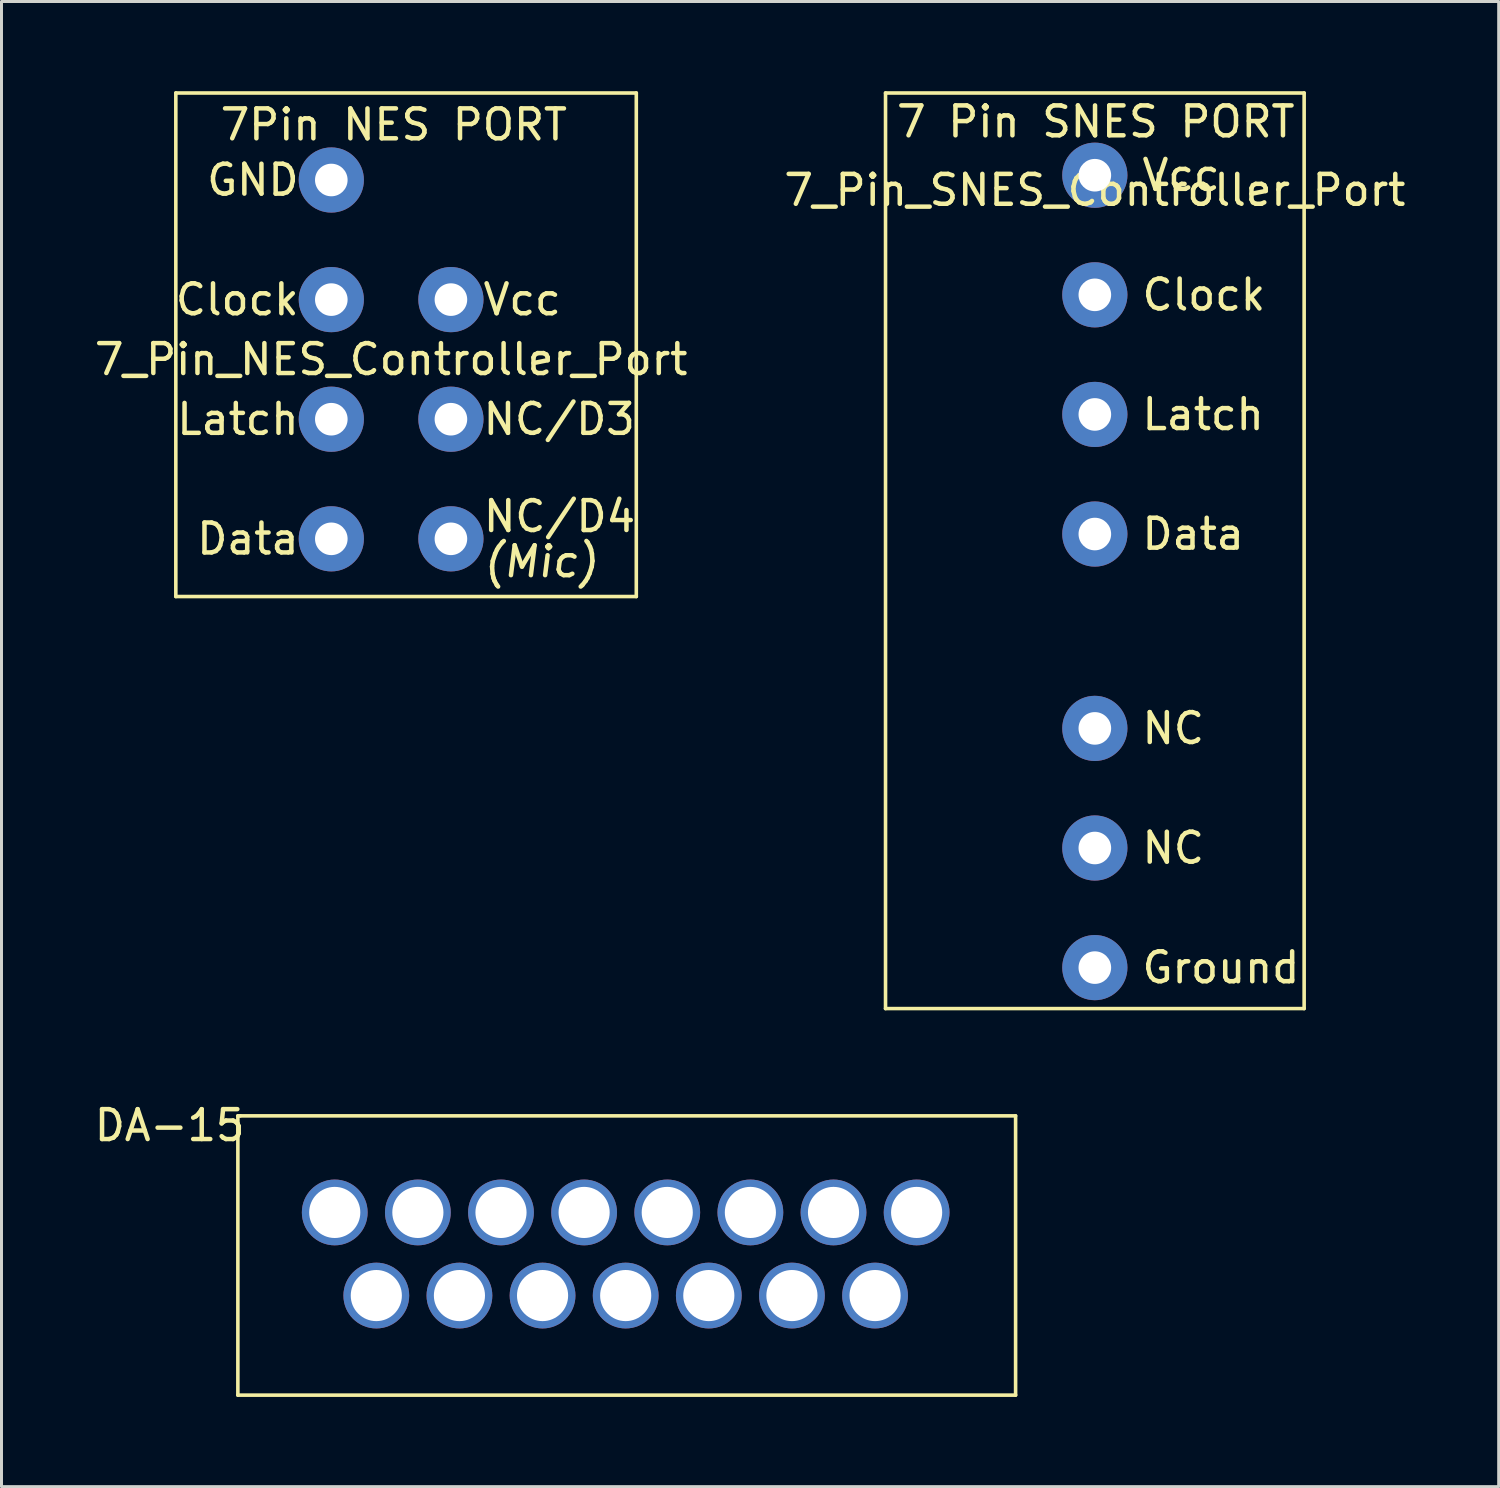
<source format=kicad_pcb>
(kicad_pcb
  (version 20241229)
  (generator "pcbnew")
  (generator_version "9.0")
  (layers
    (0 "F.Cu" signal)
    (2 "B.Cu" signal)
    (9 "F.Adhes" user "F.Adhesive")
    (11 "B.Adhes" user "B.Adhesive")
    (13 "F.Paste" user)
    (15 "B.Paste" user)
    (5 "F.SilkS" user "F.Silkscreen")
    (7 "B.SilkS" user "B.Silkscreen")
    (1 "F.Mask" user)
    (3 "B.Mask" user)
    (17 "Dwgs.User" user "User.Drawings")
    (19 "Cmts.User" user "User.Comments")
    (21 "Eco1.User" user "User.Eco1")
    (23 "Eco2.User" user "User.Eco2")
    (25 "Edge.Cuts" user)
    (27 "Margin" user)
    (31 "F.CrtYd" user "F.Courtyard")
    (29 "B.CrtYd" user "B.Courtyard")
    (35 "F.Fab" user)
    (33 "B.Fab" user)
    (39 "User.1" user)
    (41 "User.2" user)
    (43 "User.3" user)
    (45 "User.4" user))
  (footprint "DA-15"
    (layer "F.Cu")
    (at 8.145 37.498)
    (property "Reference" "DA-15" (at -5.52 -2.91 0) (layer "F.SilkS") (effects (font (size 1 1) (thickness 0.15))))
    (attr through_hole)
    (fp_line (start -3.24 -3.23) (end -3.16 -3.23) (stroke (width 0.12) (type solid)) (layer "F.SilkS"))
    (fp_line (start -3.24 6.11) (end -3.24 -3.23) (stroke (width 0.12) (type solid)) (layer "F.SilkS"))
    (fp_line (start -3.16 -3.23) (end 22.77 -3.23) (stroke (width 0.12) (type solid)) (layer "F.SilkS"))
    (fp_line (start 22.77 -3.23) (end 22.77 6.11) (stroke (width 0.12) (type solid)) (layer "F.SilkS"))
    (fp_line (start 22.77 6.11) (end -3.24 6.11) (stroke (width 0.12) (type solid)) (layer "F.SilkS"))
    (pad "1" thru_hole circle (at 0 0) (size 2.2 2.2) (drill 1.71) (layers "*.Cu" "*.Mask"))
    (pad "2" thru_hole circle (at 2.78 0) (size 2.2 2.2) (drill 1.71) (layers "*.Cu" "*.Mask"))
    (pad "3" thru_hole circle (at 5.56 0) (size 2.2 2.2) (drill 1.71) (layers "*.Cu" "*.Mask"))
    (pad "4" thru_hole circle (at 8.34 0) (size 2.2 2.2) (drill 1.71) (layers "*.Cu" "*.Mask"))
    (pad "5" thru_hole circle (at 11.12 0) (size 2.2 2.2) (drill 1.71) (layers "*.Cu" "*.Mask"))
    (pad "6" thru_hole circle (at 13.9 0) (size 2.2 2.2) (drill 1.71) (layers "*.Cu" "*.Mask"))
    (pad "7" thru_hole circle (at 16.68 0) (size 2.2 2.2) (drill 1.71) (layers "*.Cu" "*.Mask"))
    (pad "8" thru_hole circle (at 19.46 0) (size 2.2 2.2) (drill 1.71) (layers "*.Cu" "*.Mask"))
    (pad "9" thru_hole circle (at 1.39 2.78) (size 2.2 2.2) (drill 1.71) (layers "*.Cu" "*.Mask"))
    (pad "10" thru_hole circle (at 4.17 2.78) (size 2.2 2.2) (drill 1.71) (layers "*.Cu" "*.Mask"))
    (pad "11" thru_hole circle (at 6.95 2.78) (size 2.2 2.2) (drill 1.71) (layers "*.Cu" "*.Mask"))
    (pad "12" thru_hole circle (at 9.73 2.78) (size 2.2 2.2) (drill 1.71) (layers "*.Cu" "*.Mask"))
    (pad "13" thru_hole circle (at 12.51 2.78) (size 2.2 2.2) (drill 1.71) (layers "*.Cu" "*.Mask"))
    (pad "14" thru_hole circle (at 15.29 2.78) (size 2.2 2.2) (drill 1.71) (layers "*.Cu" "*.Mask"))
    (pad "15" thru_hole circle (at 18.07 2.78) (size 2.2 2.2) (drill 1.71) (layers "*.Cu" "*.Mask")))
  (footprint "7_Pin_SNES_Controller_Port"
    (layer "F.Cu")
    (at 33.565 2.81)
    (property "Reference" "7_Pin_SNES_Controller_Port" (at 0 0.5 0) (layer "F.SilkS") (effects (font (size 1 1) (thickness 0.15))))
    (attr through_hole)
    (fp_line (start -7 -2.75) (end 7 -2.75) (stroke (width 0.12) (type solid)) (layer "F.SilkS"))
    (fp_line (start -7 27.87) (end -7 -2.75) (stroke (width 0.12) (type solid)) (layer "F.SilkS"))
    (fp_line (start 7 -2.75) (end 7 27.87) (stroke (width 0.12) (type solid)) (layer "F.SilkS"))
    (fp_line (start 7 27.87) (end -7 27.87) (stroke (width 0.12) (type solid)) (layer "F.SilkS"))
    (fp_text user "Clock" (at 1.5 4 0) (layer "F.SilkS") (effects (font (size 1 1) (thickness 0.15)) (justify left)))
    (fp_text user "Latch" (at 1.5 8 0) (layer "F.SilkS") (effects (font (size 1 1) (thickness 0.15)) (justify left)))
    (fp_text user "NC" (at 1.5 18.5 0) (layer "F.SilkS") (effects (font (size 1 1) (thickness 0.15)) (justify left)))
    (fp_text user "Vcc" (at 1.5 0 0) (layer "F.SilkS") (effects (font (size 1 1) (thickness 0.15)) (justify left)))
    (fp_text user "NC" (at 1.5 22.5 0) (layer "F.SilkS") (effects (font (size 1 1) (thickness 0.15)) (justify left)))
    (fp_text user "Data" (at 1.5 12 0) (layer "F.SilkS") (effects (font (size 1 1) (thickness 0.15)) (justify left)))
    (fp_text user "7 Pin SNES PORT" (at 0.03 -1.79 0) (layer "F.SilkS") (effects (font (size 1 1) (thickness 0.15))))
    (fp_text user "Ground" (at 1.5 26.5 0) (layer "F.SilkS") (effects (font (size 1 1) (thickness 0.15)) (justify left)))
    (pad "1" thru_hole circle (at 0 0) (size 2.18 2.18) (drill 1.09) (layers "*.Cu" "*.Mask"))
    (pad "2" thru_hole circle (at 0 4) (size 2.18 2.18) (drill 1.09) (layers "*.Cu" "*.Mask"))
    (pad "3" thru_hole circle (at 0 8) (size 2.18 2.18) (drill 1.09) (layers "*.Cu" "*.Mask"))
    (pad "4" thru_hole circle (at 0 12) (size 2.18 2.18) (drill 1.09) (layers "*.Cu" "*.Mask"))
    (pad "5" thru_hole circle (at 0 18.5) (size 2.18 2.18) (drill 1.09) (layers "*.Cu" "*.Mask"))
    (pad "6" thru_hole circle (at 0 22.5) (size 2.18 2.18) (drill 1.09) (layers "*.Cu" "*.Mask"))
    (pad "7" thru_hole circle (at 0 26.5) (size 2.18 2.18) (drill 1.09) (layers "*.Cu" "*.Mask")))
  (footprint "7_Pin_NES_Controller_Port"
    (layer "F.Cu")
    (at 10.03 8.97)
    (property "Reference" "7_Pin_NES_Controller_Port" (at 0 0 0) (layer "F.SilkS") (effects (font (size 1 1) (thickness 0.15))))
    (attr through_hole)
    (fp_line (start -7.2 -8.91) (end -7.2 7.93) (stroke (width 0.12) (type solid)) (layer "F.SilkS"))
    (fp_line (start -7.2 7.93) (end 8.2 7.93) (stroke (width 0.12) (type solid)) (layer "F.SilkS"))
    (fp_line (start 8.2 -8.91) (end -7.2 -8.91) (stroke (width 0.12) (type solid)) (layer "F.SilkS"))
    (fp_line (start 8.2 7.93) (end 8.2 -8.91) (stroke (width 0.12) (type solid)) (layer "F.SilkS"))
    (fp_text user "Latch" (at -3 2 0) (layer "F.SilkS") (effects (font (size 1 1) (thickness 0.15)) (justify right)))
    (fp_text user "NC/D3" (at 3 2 0) (layer "F.SilkS") (effects (font (size 1 1) (thickness 0.15)) (justify left)))
    (fp_text user "7Pin NES PORT" (at 0.09 -7.85 0) (layer "F.SilkS") (effects (font (size 1 1) (thickness 0.15))))
    (fp_text user "NC/D4" (at 3.01 5.25 0) (layer "F.SilkS") (effects (font (size 1 1) (thickness 0.15)) (justify left)))
    (fp_text user "Clock" (at -3 -2 0) (layer "F.SilkS") (effects (font (size 1 1) (thickness 0.15)) (justify right)))
    (fp_text user "(Mic)" (at 3.01 6.76 0) (layer "F.SilkS") (effects (font (size 1 1) (thickness 0.15) (italic yes)) (justify left)))
    (fp_text user "GND" (at -3 -6 0) (layer "F.SilkS") (effects (font (size 1 1) (thickness 0.15)) (justify right)))
    (fp_text user "Vcc" (at 3 -2 0) (layer "F.SilkS") (effects (font (size 1 1) (thickness 0.15)) (justify left)))
    (fp_text user "Data" (at -3 6 0) (layer "F.SilkS") (effects (font (size 1 1) (thickness 0.15)) (justify right)))
    (pad "1" thru_hole circle (at -2 -6) (size 2.18 2.18) (drill 1.09) (layers "*.Cu" "*.Mask"))
    (pad "2" thru_hole circle (at -2 -2) (size 2.18 2.18) (drill 1.09) (layers "*.Cu" "*.Mask"))
    (pad "3" thru_hole circle (at -2 2) (size 2.18 2.18) (drill 1.09) (layers "*.Cu" "*.Mask"))
    (pad "4" thru_hole circle (at -2 6) (size 2.18 2.18) (drill 1.09) (layers "*.Cu" "*.Mask"))
    (pad "5" thru_hole circle (at 2 6) (size 2.18 2.18) (drill 1.09) (layers "*.Cu" "*.Mask"))
    (pad "6" thru_hole circle (at 2 2) (size 2.18 2.18) (drill 1.09) (layers "*.Cu" "*.Mask"))
    (pad "7" thru_hole circle (at 2 -2) (size 2.18 2.18) (drill 1.09) (layers "*.Cu" "*.Mask")))
  (gr_rect
    (start -3 -3)
    (end 47.071 46.668)
    (stroke (width 0.1) (type default))
    (fill no)
    (layer "Edge.Cuts")))
</source>
